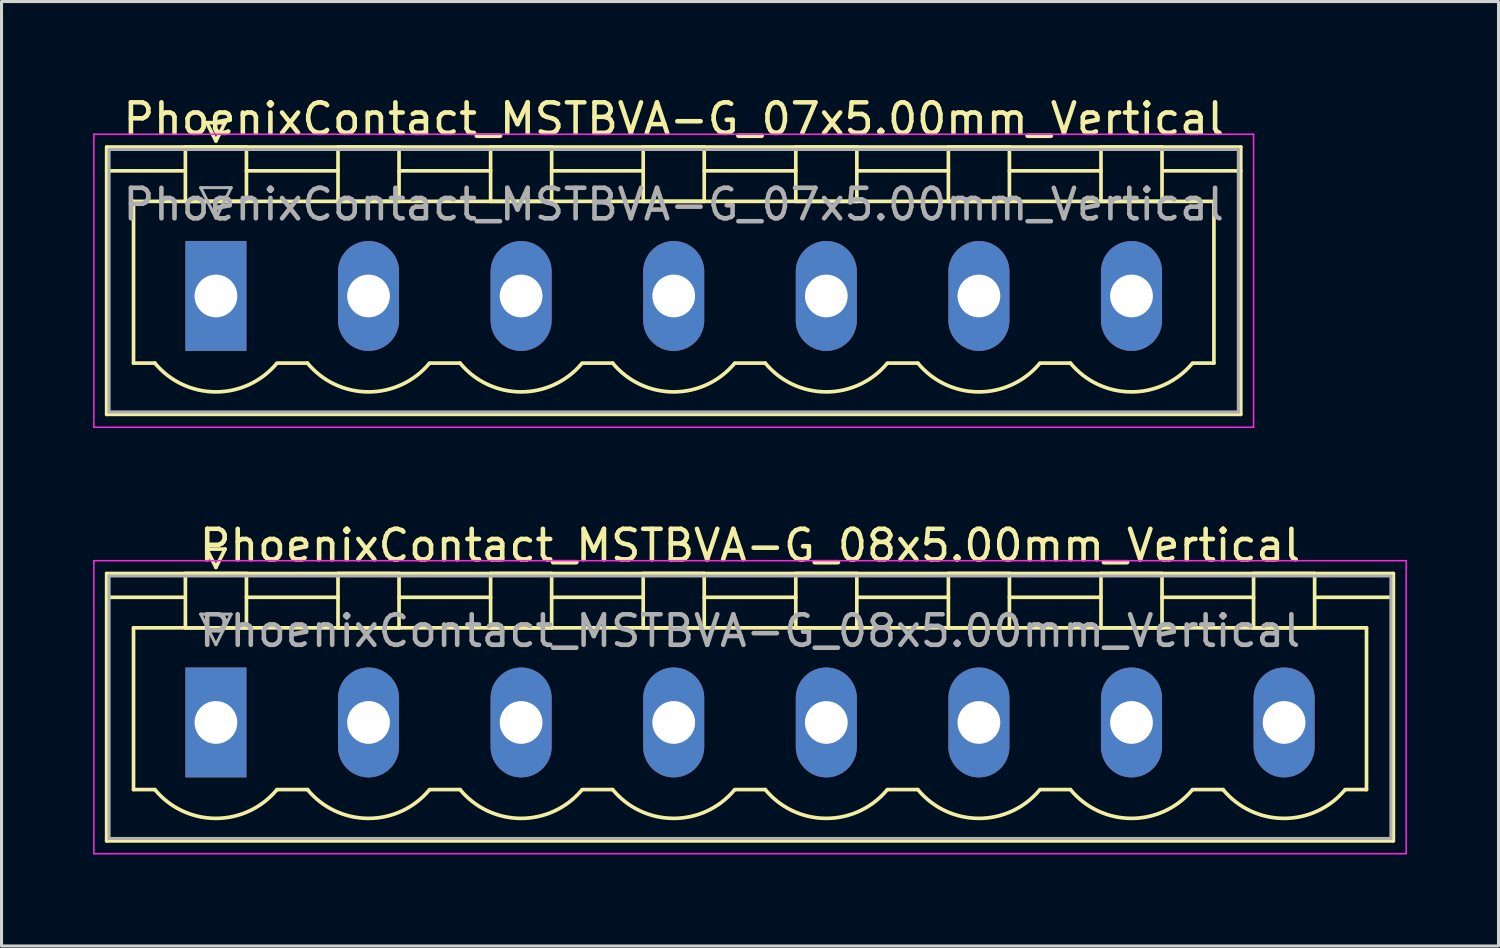
<source format=kicad_pcb>
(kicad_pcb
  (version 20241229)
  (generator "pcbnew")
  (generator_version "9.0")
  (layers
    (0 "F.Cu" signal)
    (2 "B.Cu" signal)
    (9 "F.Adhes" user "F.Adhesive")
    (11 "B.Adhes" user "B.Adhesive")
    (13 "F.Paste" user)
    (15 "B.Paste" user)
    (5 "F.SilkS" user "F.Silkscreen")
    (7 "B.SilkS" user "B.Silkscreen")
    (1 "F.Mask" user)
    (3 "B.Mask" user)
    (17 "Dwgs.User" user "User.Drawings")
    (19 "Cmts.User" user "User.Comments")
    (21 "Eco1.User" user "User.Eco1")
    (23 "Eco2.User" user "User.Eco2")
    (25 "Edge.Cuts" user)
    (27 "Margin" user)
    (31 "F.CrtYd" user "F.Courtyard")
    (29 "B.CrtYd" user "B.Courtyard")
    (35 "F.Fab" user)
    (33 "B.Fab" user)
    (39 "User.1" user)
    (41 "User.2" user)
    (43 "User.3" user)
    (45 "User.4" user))
  (footprint "PhoenixContact_MSTBVA-G_07x5.00mm_Vertical"
    (layer "F.Cu")
    (at 4.025 6.648)
    (property "Reference" "PhoenixContact_MSTBVA-G_07x5.00mm_Vertical" (at 15 -5.8 0) (layer "F.SilkS") (effects (font (size 1 1) (thickness 0.15))))
    (attr through_hole)
    (fp_line (start -3.58 -4.88) (end -3.58 3.88) (stroke (width 0.12) (type solid)) (layer "F.SilkS"))
    (fp_line (start -3.58 -4.1) (end -1.08 -4.1) (stroke (width 0.12) (type solid)) (layer "F.SilkS"))
    (fp_line (start -3.58 3.88) (end 33.58 3.88) (stroke (width 0.12) (type solid)) (layer "F.SilkS"))
    (fp_line (start -2.7 -3.1) (end 32.7 -3.1) (stroke (width 0.12) (type solid)) (layer "F.SilkS"))
    (fp_line (start -2.7 2.2) (end -2.7 -3.1) (stroke (width 0.12) (type solid)) (layer "F.SilkS"))
    (fp_line (start -2 2.2) (end -2.7 2.2) (stroke (width 0.12) (type solid)) (layer "F.SilkS"))
    (fp_line (start -1 -4.88) (end 1 -4.88) (stroke (width 0.12) (type solid)) (layer "F.SilkS"))
    (fp_line (start -1 -3.1) (end -1 -4.88) (stroke (width 0.12) (type solid)) (layer "F.SilkS"))
    (fp_line (start -0.3 -5.68) (end 0.3 -5.68) (stroke (width 0.12) (type solid)) (layer "F.SilkS"))
    (fp_line (start 0 -5.08) (end -0.3 -5.68) (stroke (width 0.12) (type solid)) (layer "F.SilkS"))
    (fp_line (start 0.3 -5.68) (end 0 -5.08) (stroke (width 0.12) (type solid)) (layer "F.SilkS"))
    (fp_line (start 1 -4.88) (end 1 -3.1) (stroke (width 0.12) (type solid)) (layer "F.SilkS"))
    (fp_line (start 1 -4.1) (end 4 -4.1) (stroke (width 0.12) (type solid)) (layer "F.SilkS"))
    (fp_line (start 1 -3.1) (end -1 -3.1) (stroke (width 0.12) (type solid)) (layer "F.SilkS"))
    (fp_line (start 2 2.2) (end 3 2.2) (stroke (width 0.12) (type solid)) (layer "F.SilkS"))
    (fp_line (start 4 -4.88) (end 6 -4.88) (stroke (width 0.12) (type solid)) (layer "F.SilkS"))
    (fp_line (start 4 -3.1) (end 4 -4.88) (stroke (width 0.12) (type solid)) (layer "F.SilkS"))
    (fp_line (start 6 -4.88) (end 6 -3.1) (stroke (width 0.12) (type solid)) (layer "F.SilkS"))
    (fp_line (start 6 -4.1) (end 9 -4.1) (stroke (width 0.12) (type solid)) (layer "F.SilkS"))
    (fp_line (start 6 -3.1) (end 4 -3.1) (stroke (width 0.12) (type solid)) (layer "F.SilkS"))
    (fp_line (start 7 2.2) (end 8 2.2) (stroke (width 0.12) (type solid)) (layer "F.SilkS"))
    (fp_line (start 9 -4.88) (end 11 -4.88) (stroke (width 0.12) (type solid)) (layer "F.SilkS"))
    (fp_line (start 9 -3.1) (end 9 -4.88) (stroke (width 0.12) (type solid)) (layer "F.SilkS"))
    (fp_line (start 11 -4.88) (end 11 -3.1) (stroke (width 0.12) (type solid)) (layer "F.SilkS"))
    (fp_line (start 11 -4.1) (end 14 -4.1) (stroke (width 0.12) (type solid)) (layer "F.SilkS"))
    (fp_line (start 11 -3.1) (end 9 -3.1) (stroke (width 0.12) (type solid)) (layer "F.SilkS"))
    (fp_line (start 12 2.2) (end 13 2.2) (stroke (width 0.12) (type solid)) (layer "F.SilkS"))
    (fp_line (start 14 -4.88) (end 16 -4.88) (stroke (width 0.12) (type solid)) (layer "F.SilkS"))
    (fp_line (start 14 -3.1) (end 14 -4.88) (stroke (width 0.12) (type solid)) (layer "F.SilkS"))
    (fp_line (start 16 -4.88) (end 16 -3.1) (stroke (width 0.12) (type solid)) (layer "F.SilkS"))
    (fp_line (start 16 -4.1) (end 19 -4.1) (stroke (width 0.12) (type solid)) (layer "F.SilkS"))
    (fp_line (start 16 -3.1) (end 14 -3.1) (stroke (width 0.12) (type solid)) (layer "F.SilkS"))
    (fp_line (start 17 2.2) (end 18 2.2) (stroke (width 0.12) (type solid)) (layer "F.SilkS"))
    (fp_line (start 19 -4.88) (end 21 -4.88) (stroke (width 0.12) (type solid)) (layer "F.SilkS"))
    (fp_line (start 19 -3.1) (end 19 -4.88) (stroke (width 0.12) (type solid)) (layer "F.SilkS"))
    (fp_line (start 21 -4.88) (end 21 -3.1) (stroke (width 0.12) (type solid)) (layer "F.SilkS"))
    (fp_line (start 21 -4.1) (end 24 -4.1) (stroke (width 0.12) (type solid)) (layer "F.SilkS"))
    (fp_line (start 21 -3.1) (end 19 -3.1) (stroke (width 0.12) (type solid)) (layer "F.SilkS"))
    (fp_line (start 22 2.2) (end 23 2.2) (stroke (width 0.12) (type solid)) (layer "F.SilkS"))
    (fp_line (start 24 -4.88) (end 26 -4.88) (stroke (width 0.12) (type solid)) (layer "F.SilkS"))
    (fp_line (start 24 -3.1) (end 24 -4.88) (stroke (width 0.12) (type solid)) (layer "F.SilkS"))
    (fp_line (start 26 -4.88) (end 26 -3.1) (stroke (width 0.12) (type solid)) (layer "F.SilkS"))
    (fp_line (start 26 -4.1) (end 29 -4.1) (stroke (width 0.12) (type solid)) (layer "F.SilkS"))
    (fp_line (start 26 -3.1) (end 24 -3.1) (stroke (width 0.12) (type solid)) (layer "F.SilkS"))
    (fp_line (start 27 2.2) (end 28 2.2) (stroke (width 0.12) (type solid)) (layer "F.SilkS"))
    (fp_line (start 29 -4.88) (end 31 -4.88) (stroke (width 0.12) (type solid)) (layer "F.SilkS"))
    (fp_line (start 29 -3.1) (end 29 -4.88) (stroke (width 0.12) (type solid)) (layer "F.SilkS"))
    (fp_line (start 31 -4.88) (end 31 -3.1) (stroke (width 0.12) (type solid)) (layer "F.SilkS"))
    (fp_line (start 31 -3.1) (end 29 -3.1) (stroke (width 0.12) (type solid)) (layer "F.SilkS"))
    (fp_line (start 32.7 -3.1) (end 32.7 2.2) (stroke (width 0.12) (type solid)) (layer "F.SilkS"))
    (fp_line (start 32.7 2.2) (end 32 2.2) (stroke (width 0.12) (type solid)) (layer "F.SilkS"))
    (fp_line (start 33.58 -4.88) (end -3.58 -4.88) (stroke (width 0.12) (type solid)) (layer "F.SilkS"))
    (fp_line (start 33.58 -4.1) (end 31.08 -4.1) (stroke (width 0.12) (type solid)) (layer "F.SilkS"))
    (fp_line (start 33.58 3.88) (end 33.58 -4.88) (stroke (width 0.12) (type solid)) (layer "F.SilkS"))
    (fp_arc (start 1.986842 2.215821) (mid -0.010289 3.142758) (end -2 2.2) (stroke (width 0.12) (type solid)) (layer "F.SilkS"))
    (fp_arc (start 6.986842 2.215821) (mid 4.989711 3.142758) (end 3 2.2) (stroke (width 0.12) (type solid)) (layer "F.SilkS"))
    (fp_arc (start 11.986842 2.215821) (mid 9.989711 3.142758) (end 8 2.2) (stroke (width 0.12) (type solid)) (layer "F.SilkS"))
    (fp_arc (start 16.986842 2.215821) (mid 14.989711 3.142758) (end 13 2.2) (stroke (width 0.12) (type solid)) (layer "F.SilkS"))
    (fp_arc (start 21.986842 2.215821) (mid 19.989711 3.142758) (end 18 2.2) (stroke (width 0.12) (type solid)) (layer "F.SilkS"))
    (fp_arc (start 26.986842 2.215821) (mid 24.989711 3.142758) (end 23 2.2) (stroke (width 0.12) (type solid)) (layer "F.SilkS"))
    (fp_arc (start 31.986842 2.215821) (mid 29.989711 3.142758) (end 28 2.2) (stroke (width 0.12) (type solid)) (layer "F.SilkS"))
    (fp_line (start -4 -5.3) (end -4 4.3) (stroke (width 0.05) (type solid)) (layer "F.CrtYd"))
    (fp_line (start -4 4.3) (end 34 4.3) (stroke (width 0.05) (type solid)) (layer "F.CrtYd"))
    (fp_line (start 34 -5.3) (end -4 -5.3) (stroke (width 0.05) (type solid)) (layer "F.CrtYd"))
    (fp_line (start 34 4.3) (end 34 -5.3) (stroke (width 0.05) (type solid)) (layer "F.CrtYd"))
    (fp_line (start -3.5 -4.8) (end -3.5 3.8) (stroke (width 0.1) (type solid)) (layer "F.Fab"))
    (fp_line (start -3.5 3.8) (end 33.5 3.8) (stroke (width 0.1) (type solid)) (layer "F.Fab"))
    (fp_line (start -0.5 -3.55) (end 0.5 -3.55) (stroke (width 0.1) (type solid)) (layer "F.Fab"))
    (fp_line (start 0 -2.55) (end -0.5 -3.55) (stroke (width 0.1) (type solid)) (layer "F.Fab"))
    (fp_line (start 0.5 -3.55) (end 0 -2.55) (stroke (width 0.1) (type solid)) (layer "F.Fab"))
    (fp_line (start 33.5 -4.8) (end -3.5 -4.8) (stroke (width 0.1) (type solid)) (layer "F.Fab"))
    (fp_line (start 33.5 3.8) (end 33.5 -4.8) (stroke (width 0.1) (type solid)) (layer "F.Fab"))
    (fp_text user "${REFERENCE}" (at 15 -3 0) (layer "F.Fab") (effects (font (size 1 1) (thickness 0.15))))
    (pad "1" thru_hole rect (at 0 0) (size 2 3.6) (drill 1.4) (layers "*.Cu" "*.Mask"))
    (pad "2" thru_hole oval (at 5 0) (size 2 3.6) (drill 1.4) (layers "*.Cu" "*.Mask"))
    (pad "3" thru_hole oval (at 10 0) (size 2 3.6) (drill 1.4) (layers "*.Cu" "*.Mask"))
    (pad "4" thru_hole oval (at 15 0) (size 2 3.6) (drill 1.4) (layers "*.Cu" "*.Mask"))
    (pad "5" thru_hole oval (at 20 0) (size 2 3.6) (drill 1.4) (layers "*.Cu" "*.Mask"))
    (pad "6" thru_hole oval (at 25 0) (size 2 3.6) (drill 1.4) (layers "*.Cu" "*.Mask"))
    (pad "7" thru_hole oval (at 30 0) (size 2 3.6) (drill 1.4) (layers "*.Cu" "*.Mask")))
  (footprint "PhoenixContact_MSTBVA-G_08x5.00mm_Vertical"
    (layer "F.Cu")
    (at 4.025 20.622)
    (property "Reference" "PhoenixContact_MSTBVA-G_08x5.00mm_Vertical" (at 17.5 -5.8 0) (layer "F.SilkS") (effects (font (size 1 1) (thickness 0.15))))
    (attr through_hole)
    (fp_line (start -3.58 -4.88) (end -3.58 3.88) (stroke (width 0.12) (type solid)) (layer "F.SilkS"))
    (fp_line (start -3.58 -4.1) (end -1.08 -4.1) (stroke (width 0.12) (type solid)) (layer "F.SilkS"))
    (fp_line (start -3.58 3.88) (end 38.58 3.88) (stroke (width 0.12) (type solid)) (layer "F.SilkS"))
    (fp_line (start -2.7 -3.1) (end 37.7 -3.1) (stroke (width 0.12) (type solid)) (layer "F.SilkS"))
    (fp_line (start -2.7 2.2) (end -2.7 -3.1) (stroke (width 0.12) (type solid)) (layer "F.SilkS"))
    (fp_line (start -2 2.2) (end -2.7 2.2) (stroke (width 0.12) (type solid)) (layer "F.SilkS"))
    (fp_line (start -1 -4.88) (end 1 -4.88) (stroke (width 0.12) (type solid)) (layer "F.SilkS"))
    (fp_line (start -1 -3.1) (end -1 -4.88) (stroke (width 0.12) (type solid)) (layer "F.SilkS"))
    (fp_line (start -0.3 -5.68) (end 0.3 -5.68) (stroke (width 0.12) (type solid)) (layer "F.SilkS"))
    (fp_line (start 0 -5.08) (end -0.3 -5.68) (stroke (width 0.12) (type solid)) (layer "F.SilkS"))
    (fp_line (start 0.3 -5.68) (end 0 -5.08) (stroke (width 0.12) (type solid)) (layer "F.SilkS"))
    (fp_line (start 1 -4.88) (end 1 -3.1) (stroke (width 0.12) (type solid)) (layer "F.SilkS"))
    (fp_line (start 1 -4.1) (end 4 -4.1) (stroke (width 0.12) (type solid)) (layer "F.SilkS"))
    (fp_line (start 1 -3.1) (end -1 -3.1) (stroke (width 0.12) (type solid)) (layer "F.SilkS"))
    (fp_line (start 2 2.2) (end 3 2.2) (stroke (width 0.12) (type solid)) (layer "F.SilkS"))
    (fp_line (start 4 -4.88) (end 6 -4.88) (stroke (width 0.12) (type solid)) (layer "F.SilkS"))
    (fp_line (start 4 -3.1) (end 4 -4.88) (stroke (width 0.12) (type solid)) (layer "F.SilkS"))
    (fp_line (start 6 -4.88) (end 6 -3.1) (stroke (width 0.12) (type solid)) (layer "F.SilkS"))
    (fp_line (start 6 -4.1) (end 9 -4.1) (stroke (width 0.12) (type solid)) (layer "F.SilkS"))
    (fp_line (start 6 -3.1) (end 4 -3.1) (stroke (width 0.12) (type solid)) (layer "F.SilkS"))
    (fp_line (start 7 2.2) (end 8 2.2) (stroke (width 0.12) (type solid)) (layer "F.SilkS"))
    (fp_line (start 9 -4.88) (end 11 -4.88) (stroke (width 0.12) (type solid)) (layer "F.SilkS"))
    (fp_line (start 9 -3.1) (end 9 -4.88) (stroke (width 0.12) (type solid)) (layer "F.SilkS"))
    (fp_line (start 11 -4.88) (end 11 -3.1) (stroke (width 0.12) (type solid)) (layer "F.SilkS"))
    (fp_line (start 11 -4.1) (end 14 -4.1) (stroke (width 0.12) (type solid)) (layer "F.SilkS"))
    (fp_line (start 11 -3.1) (end 9 -3.1) (stroke (width 0.12) (type solid)) (layer "F.SilkS"))
    (fp_line (start 12 2.2) (end 13 2.2) (stroke (width 0.12) (type solid)) (layer "F.SilkS"))
    (fp_line (start 14 -4.88) (end 16 -4.88) (stroke (width 0.12) (type solid)) (layer "F.SilkS"))
    (fp_line (start 14 -3.1) (end 14 -4.88) (stroke (width 0.12) (type solid)) (layer "F.SilkS"))
    (fp_line (start 16 -4.88) (end 16 -3.1) (stroke (width 0.12) (type solid)) (layer "F.SilkS"))
    (fp_line (start 16 -4.1) (end 19 -4.1) (stroke (width 0.12) (type solid)) (layer "F.SilkS"))
    (fp_line (start 16 -3.1) (end 14 -3.1) (stroke (width 0.12) (type solid)) (layer "F.SilkS"))
    (fp_line (start 17 2.2) (end 18 2.2) (stroke (width 0.12) (type solid)) (layer "F.SilkS"))
    (fp_line (start 19 -4.88) (end 21 -4.88) (stroke (width 0.12) (type solid)) (layer "F.SilkS"))
    (fp_line (start 19 -3.1) (end 19 -4.88) (stroke (width 0.12) (type solid)) (layer "F.SilkS"))
    (fp_line (start 21 -4.88) (end 21 -3.1) (stroke (width 0.12) (type solid)) (layer "F.SilkS"))
    (fp_line (start 21 -4.1) (end 24 -4.1) (stroke (width 0.12) (type solid)) (layer "F.SilkS"))
    (fp_line (start 21 -3.1) (end 19 -3.1) (stroke (width 0.12) (type solid)) (layer "F.SilkS"))
    (fp_line (start 22 2.2) (end 23 2.2) (stroke (width 0.12) (type solid)) (layer "F.SilkS"))
    (fp_line (start 24 -4.88) (end 26 -4.88) (stroke (width 0.12) (type solid)) (layer "F.SilkS"))
    (fp_line (start 24 -3.1) (end 24 -4.88) (stroke (width 0.12) (type solid)) (layer "F.SilkS"))
    (fp_line (start 26 -4.88) (end 26 -3.1) (stroke (width 0.12) (type solid)) (layer "F.SilkS"))
    (fp_line (start 26 -4.1) (end 29 -4.1) (stroke (width 0.12) (type solid)) (layer "F.SilkS"))
    (fp_line (start 26 -3.1) (end 24 -3.1) (stroke (width 0.12) (type solid)) (layer "F.SilkS"))
    (fp_line (start 27 2.2) (end 28 2.2) (stroke (width 0.12) (type solid)) (layer "F.SilkS"))
    (fp_line (start 29 -4.88) (end 31 -4.88) (stroke (width 0.12) (type solid)) (layer "F.SilkS"))
    (fp_line (start 29 -3.1) (end 29 -4.88) (stroke (width 0.12) (type solid)) (layer "F.SilkS"))
    (fp_line (start 31 -4.88) (end 31 -3.1) (stroke (width 0.12) (type solid)) (layer "F.SilkS"))
    (fp_line (start 31 -4.1) (end 34 -4.1) (stroke (width 0.12) (type solid)) (layer "F.SilkS"))
    (fp_line (start 31 -3.1) (end 29 -3.1) (stroke (width 0.12) (type solid)) (layer "F.SilkS"))
    (fp_line (start 32 2.2) (end 33 2.2) (stroke (width 0.12) (type solid)) (layer "F.SilkS"))
    (fp_line (start 34 -4.88) (end 36 -4.88) (stroke (width 0.12) (type solid)) (layer "F.SilkS"))
    (fp_line (start 34 -3.1) (end 34 -4.88) (stroke (width 0.12) (type solid)) (layer "F.SilkS"))
    (fp_line (start 36 -4.88) (end 36 -3.1) (stroke (width 0.12) (type solid)) (layer "F.SilkS"))
    (fp_line (start 36 -3.1) (end 34 -3.1) (stroke (width 0.12) (type solid)) (layer "F.SilkS"))
    (fp_line (start 37.7 -3.1) (end 37.7 2.2) (stroke (width 0.12) (type solid)) (layer "F.SilkS"))
    (fp_line (start 37.7 2.2) (end 37 2.2) (stroke (width 0.12) (type solid)) (layer "F.SilkS"))
    (fp_line (start 38.58 -4.88) (end -3.58 -4.88) (stroke (width 0.12) (type solid)) (layer "F.SilkS"))
    (fp_line (start 38.58 -4.1) (end 36.08 -4.1) (stroke (width 0.12) (type solid)) (layer "F.SilkS"))
    (fp_line (start 38.58 3.88) (end 38.58 -4.88) (stroke (width 0.12) (type solid)) (layer "F.SilkS"))
    (fp_arc (start 1.986842 2.215821) (mid -0.010289 3.142758) (end -2 2.2) (stroke (width 0.12) (type solid)) (layer "F.SilkS"))
    (fp_arc (start 6.986842 2.215821) (mid 4.989711 3.142758) (end 3 2.2) (stroke (width 0.12) (type solid)) (layer "F.SilkS"))
    (fp_arc (start 11.986842 2.215821) (mid 9.989711 3.142758) (end 8 2.2) (stroke (width 0.12) (type solid)) (layer "F.SilkS"))
    (fp_arc (start 16.986842 2.215821) (mid 14.989711 3.142758) (end 13 2.2) (stroke (width 0.12) (type solid)) (layer "F.SilkS"))
    (fp_arc (start 21.986842 2.215821) (mid 19.989711 3.142758) (end 18 2.2) (stroke (width 0.12) (type solid)) (layer "F.SilkS"))
    (fp_arc (start 26.986842 2.215821) (mid 24.989711 3.142758) (end 23 2.2) (stroke (width 0.12) (type solid)) (layer "F.SilkS"))
    (fp_arc (start 31.986842 2.215821) (mid 29.989711 3.142758) (end 28 2.2) (stroke (width 0.12) (type solid)) (layer "F.SilkS"))
    (fp_arc (start 36.986842 2.215821) (mid 34.989711 3.142758) (end 33 2.2) (stroke (width 0.12) (type solid)) (layer "F.SilkS"))
    (fp_line (start -4 -5.3) (end -4 4.3) (stroke (width 0.05) (type solid)) (layer "F.CrtYd"))
    (fp_line (start -4 4.3) (end 39 4.3) (stroke (width 0.05) (type solid)) (layer "F.CrtYd"))
    (fp_line (start 39 -5.3) (end -4 -5.3) (stroke (width 0.05) (type solid)) (layer "F.CrtYd"))
    (fp_line (start 39 4.3) (end 39 -5.3) (stroke (width 0.05) (type solid)) (layer "F.CrtYd"))
    (fp_line (start -3.5 -4.8) (end -3.5 3.8) (stroke (width 0.1) (type solid)) (layer "F.Fab"))
    (fp_line (start -3.5 3.8) (end 38.5 3.8) (stroke (width 0.1) (type solid)) (layer "F.Fab"))
    (fp_line (start -0.5 -3.55) (end 0.5 -3.55) (stroke (width 0.1) (type solid)) (layer "F.Fab"))
    (fp_line (start 0 -2.55) (end -0.5 -3.55) (stroke (width 0.1) (type solid)) (layer "F.Fab"))
    (fp_line (start 0.5 -3.55) (end 0 -2.55) (stroke (width 0.1) (type solid)) (layer "F.Fab"))
    (fp_line (start 38.5 -4.8) (end -3.5 -4.8) (stroke (width 0.1) (type solid)) (layer "F.Fab"))
    (fp_line (start 38.5 3.8) (end 38.5 -4.8) (stroke (width 0.1) (type solid)) (layer "F.Fab"))
    (fp_text user "${REFERENCE}" (at 17.5 -3 0) (layer "F.Fab") (effects (font (size 1 1) (thickness 0.15))))
    (pad "1" thru_hole rect (at 0 0) (size 2 3.6) (drill 1.4) (layers "*.Cu" "*.Mask"))
    (pad "2" thru_hole oval (at 5 0) (size 2 3.6) (drill 1.4) (layers "*.Cu" "*.Mask"))
    (pad "3" thru_hole oval (at 10 0) (size 2 3.6) (drill 1.4) (layers "*.Cu" "*.Mask"))
    (pad "4" thru_hole oval (at 15 0) (size 2 3.6) (drill 1.4) (layers "*.Cu" "*.Mask"))
    (pad "5" thru_hole oval (at 20 0) (size 2 3.6) (drill 1.4) (layers "*.Cu" "*.Mask"))
    (pad "6" thru_hole oval (at 25 0) (size 2 3.6) (drill 1.4) (layers "*.Cu" "*.Mask"))
    (pad "7" thru_hole oval (at 30 0) (size 2 3.6) (drill 1.4) (layers "*.Cu" "*.Mask"))
    (pad "8" thru_hole oval (at 35 0) (size 2 3.6) (drill 1.4) (layers "*.Cu" "*.Mask")))
  (gr_rect
    (start -3 -3)
    (end 46.05 27.947)
    (stroke (width 0.1) (type default))
    (fill no)
    (layer "Edge.Cuts")))
</source>
